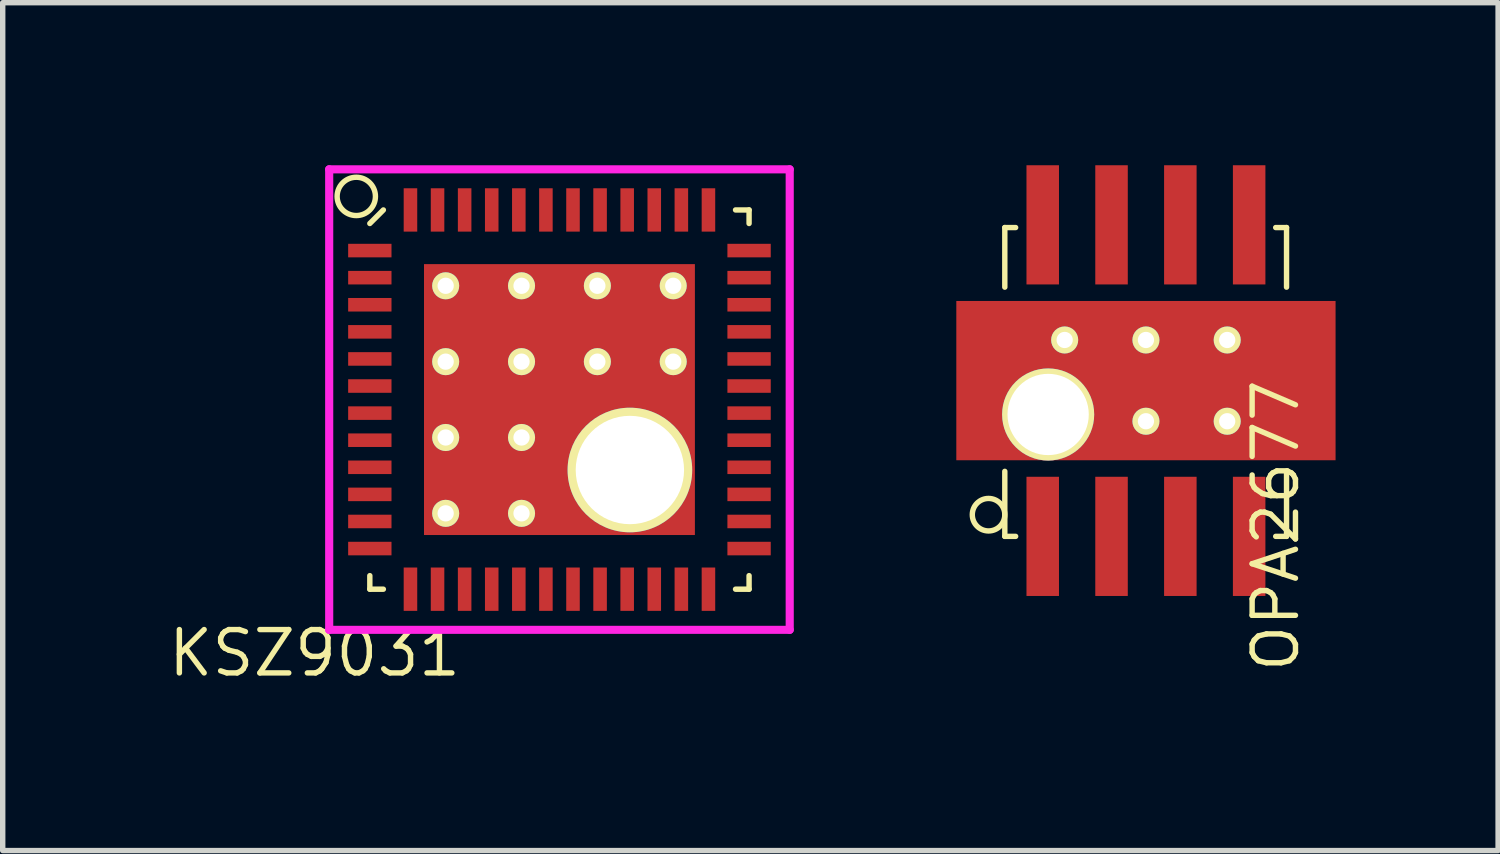
<source format=kicad_pcb>
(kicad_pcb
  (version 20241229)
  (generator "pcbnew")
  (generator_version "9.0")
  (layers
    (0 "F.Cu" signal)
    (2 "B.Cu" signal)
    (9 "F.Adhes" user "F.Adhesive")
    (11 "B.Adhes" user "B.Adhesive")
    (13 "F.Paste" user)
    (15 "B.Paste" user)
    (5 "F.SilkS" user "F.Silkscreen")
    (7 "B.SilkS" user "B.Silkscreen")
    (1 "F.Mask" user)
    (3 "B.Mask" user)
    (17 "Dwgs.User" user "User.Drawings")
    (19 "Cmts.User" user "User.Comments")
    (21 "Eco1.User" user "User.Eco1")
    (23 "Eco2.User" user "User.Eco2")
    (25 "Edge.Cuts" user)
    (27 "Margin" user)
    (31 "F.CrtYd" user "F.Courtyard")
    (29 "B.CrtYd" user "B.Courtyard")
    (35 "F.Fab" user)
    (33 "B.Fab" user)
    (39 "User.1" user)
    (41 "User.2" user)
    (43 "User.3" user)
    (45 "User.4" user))
  (footprint "KSZ9031"
    (layer "F.Cu")
    (at 7.276 4.325)
    (property "Reference" "KSZ9031" (at -4.52 4.68 0) (layer "F.SilkS") (effects (font (size 0.8 0.8) (thickness 0.1))))
    (attr through_hole)
    (fp_line (start -3.5 -3.25) (end -3.25 -3.5) (stroke (width 0.1) (type solid)) (layer "F.SilkS"))
    (fp_line (start -3.5 3.5) (end -3.5 3.25) (stroke (width 0.1) (type solid)) (layer "F.SilkS"))
    (fp_line (start -3.25 3.5) (end -3.5 3.5) (stroke (width 0.1) (type solid)) (layer "F.SilkS"))
    (fp_line (start 3.25 -3.5) (end 3.5 -3.5) (stroke (width 0.1) (type solid)) (layer "F.SilkS"))
    (fp_line (start 3.25 3.5) (end 3.5 3.5) (stroke (width 0.1) (type solid)) (layer "F.SilkS"))
    (fp_line (start 3.5 -3.5) (end 3.5 -3.25) (stroke (width 0.1) (type solid)) (layer "F.SilkS"))
    (fp_line (start 3.5 3.5) (end 3.5 3.25) (stroke (width 0.1) (type solid)) (layer "F.SilkS"))
    (fp_circle (center -3.75 -3.75) (end -4 -4) (stroke (width 0.1) (type solid)) (fill no) (layer "F.SilkS"))
    (fp_poly (pts (xy -1.8 -1.9) (xy -1.8 -0.4) (xy -0.4 -0.4) (xy -0.4 -1.9)) (stroke (width 0.15) (type solid)) (fill yes) (layer "F.Paste"))
    (fp_poly (pts (xy -1.8 2) (xy -1.8 0.4) (xy -0.4 0.4) (xy -0.4 2)) (stroke (width 0.15) (type solid)) (fill yes) (layer "F.Paste"))
    (fp_poly (pts (xy 0.4 0.4) (xy 0.4 2) (xy 1.8 2) (xy 1.8 0.4)) (stroke (width 0.15) (type solid)) (fill yes) (layer "F.Paste"))
    (fp_poly (pts (xy 1.8 -1.9) (xy 1.8 -0.4) (xy 0.4 -0.4) (xy 0.4 -1.9)) (stroke (width 0.15) (type solid)) (fill yes) (layer "F.Paste"))
    (fp_line (start -4.25 -4.25) (end 4.25 -4.25) (stroke (width 0.15) (type solid)) (layer "F.CrtYd"))
    (fp_line (start -4.25 4.25) (end -4.25 -4.25) (stroke (width 0.15) (type solid)) (layer "F.CrtYd"))
    (fp_line (start 4.25 -4.25) (end 4.25 4.25) (stroke (width 0.15) (type solid)) (layer "F.CrtYd"))
    (fp_line (start 4.25 4.25) (end -4.25 4.25) (stroke (width 0.15) (type solid)) (layer "F.CrtYd"))
    (pad "1" smd rect (at -3.5 -2.75 90) (size 0.25 0.8) (layers "F.Cu" "F.Mask" "F.Paste"))
    (pad "2" smd rect (at -3.5 -2.25 90) (size 0.25 0.8) (layers "F.Cu" "F.Mask" "F.Paste"))
    (pad "3" smd rect (at -3.5 -1.75 90) (size 0.25 0.8) (layers "F.Cu" "F.Mask" "F.Paste"))
    (pad "4" smd rect (at -3.5 -1.25 90) (size 0.25 0.8) (layers "F.Cu" "F.Mask" "F.Paste"))
    (pad "5" smd rect (at -3.5 -0.75 90) (size 0.25 0.8) (layers "F.Cu" "F.Mask" "F.Paste"))
    (pad "6" smd rect (at -3.5 -0.25 90) (size 0.25 0.8) (layers "F.Cu" "F.Mask" "F.Paste"))
    (pad "7" smd rect (at -3.5 0.25 90) (size 0.25 0.8) (layers "F.Cu" "F.Mask" "F.Paste"))
    (pad "8" smd rect (at -3.5 0.75 90) (size 0.25 0.8) (layers "F.Cu" "F.Mask" "F.Paste"))
    (pad "9" smd rect (at -3.5 1.25 90) (size 0.25 0.8) (layers "F.Cu" "F.Mask" "F.Paste"))
    (pad "10" smd rect (at -3.5 1.75 90) (size 0.25 0.8) (layers "F.Cu" "F.Mask" "F.Paste"))
    (pad "11" smd rect (at -3.5 2.25 90) (size 0.25 0.8) (layers "F.Cu" "F.Mask" "F.Paste"))
    (pad "12" smd rect (at -3.5 2.75 90) (size 0.25 0.8) (layers "F.Cu" "F.Mask" "F.Paste"))
    (pad "13" smd rect (at -2.75 3.5) (size 0.25 0.8) (layers "F.Cu" "F.Mask" "F.Paste"))
    (pad "14" smd rect (at -2.25 3.5) (size 0.25 0.8) (layers "F.Cu" "F.Mask" "F.Paste"))
    (pad "15" smd rect (at -1.75 3.5) (size 0.25 0.8) (layers "F.Cu" "F.Mask" "F.Paste"))
    (pad "16" smd rect (at -1.25 3.5) (size 0.25 0.8) (layers "F.Cu" "F.Mask" "F.Paste"))
    (pad "17" smd rect (at -0.75 3.5) (size 0.25 0.8) (layers "F.Cu" "F.Mask" "F.Paste"))
    (pad "18" smd rect (at -0.25 3.5) (size 0.25 0.8) (layers "F.Cu" "F.Mask" "F.Paste"))
    (pad "19" smd rect (at 0.25 3.5) (size 0.25 0.8) (layers "F.Cu" "F.Mask" "F.Paste"))
    (pad "20" smd rect (at 0.75 3.5) (size 0.25 0.8) (layers "F.Cu" "F.Mask" "F.Paste"))
    (pad "21" smd rect (at 1.25 3.5) (size 0.25 0.8) (layers "F.Cu" "F.Mask" "F.Paste"))
    (pad "22" smd rect (at 1.75 3.5) (size 0.25 0.8) (layers "F.Cu" "F.Mask" "F.Paste"))
    (pad "23" smd rect (at 2.25 3.5) (size 0.25 0.8) (layers "F.Cu" "F.Mask" "F.Paste"))
    (pad "24" smd rect (at 2.75 3.5) (size 0.25 0.8) (layers "F.Cu" "F.Mask" "F.Paste"))
    (pad "25" smd rect (at 3.5 2.75 90) (size 0.25 0.8) (layers "F.Cu" "F.Mask" "F.Paste"))
    (pad "26" smd rect (at 3.5 2.25 90) (size 0.25 0.8) (layers "F.Cu" "F.Mask" "F.Paste"))
    (pad "27" smd rect (at 3.5 1.75 90) (size 0.25 0.8) (layers "F.Cu" "F.Mask" "F.Paste"))
    (pad "28" smd rect (at 3.5 1.25 90) (size 0.25 0.8) (layers "F.Cu" "F.Mask" "F.Paste"))
    (pad "29" smd rect (at 3.5 0.75 90) (size 0.25 0.8) (layers "F.Cu" "F.Mask" "F.Paste"))
    (pad "30" smd rect (at 3.5 0.25 90) (size 0.25 0.8) (layers "F.Cu" "F.Mask" "F.Paste"))
    (pad "31" smd rect (at 3.5 -0.25 90) (size 0.25 0.8) (layers "F.Cu" "F.Mask" "F.Paste"))
    (pad "32" smd rect (at 3.5 -0.75 90) (size 0.25 0.8) (layers "F.Cu" "F.Mask" "F.Paste"))
    (pad "33" smd rect (at 3.5 -1.25 90) (size 0.25 0.8) (layers "F.Cu" "F.Mask" "F.Paste"))
    (pad "34" smd rect (at 3.5 -1.75 90) (size 0.25 0.8) (layers "F.Cu" "F.Mask" "F.Paste"))
    (pad "35" smd rect (at 3.5 -2.25 90) (size 0.25 0.8) (layers "F.Cu" "F.Mask" "F.Paste"))
    (pad "36" smd rect (at 3.5 -2.75 90) (size 0.25 0.8) (layers "F.Cu" "F.Mask" "F.Paste"))
    (pad "37" smd rect (at 2.75 -3.5) (size 0.25 0.8) (layers "F.Cu" "F.Mask" "F.Paste"))
    (pad "38" smd rect (at 2.25 -3.5) (size 0.25 0.8) (layers "F.Cu" "F.Mask" "F.Paste"))
    (pad "39" smd rect (at 1.75 -3.5) (size 0.25 0.8) (layers "F.Cu" "F.Mask" "F.Paste"))
    (pad "40" smd rect (at 1.25 -3.5) (size 0.25 0.8) (layers "F.Cu" "F.Mask" "F.Paste"))
    (pad "41" smd rect (at 0.75 -3.5) (size 0.25 0.8) (layers "F.Cu" "F.Mask" "F.Paste"))
    (pad "42" smd rect (at 0.25 -3.5) (size 0.25 0.8) (layers "F.Cu" "F.Mask" "F.Paste"))
    (pad "43" smd rect (at -0.25 -3.5) (size 0.25 0.8) (layers "F.Cu" "F.Mask" "F.Paste"))
    (pad "44" smd rect (at -0.75 -3.5) (size 0.25 0.8) (layers "F.Cu" "F.Mask" "F.Paste"))
    (pad "45" smd rect (at -1.25 -3.5) (size 0.25 0.8) (layers "F.Cu" "F.Mask" "F.Paste"))
    (pad "46" smd rect (at -1.75 -3.5) (size 0.25 0.8) (layers "F.Cu" "F.Mask" "F.Paste"))
    (pad "47" smd rect (at -2.25 -3.5) (size 0.25 0.8) (layers "F.Cu" "F.Mask" "F.Paste"))
    (pad "48" smd rect (at -2.75 -3.5) (size 0.25 0.8) (layers "F.Cu" "F.Mask" "F.Paste"))
    (pad "49" thru_hole circle (at -2.1 -2.1) (size 0.5 0.5) (drill 0.3) (layers "*.Cu" "*.Mask" "F.SilkS"))
    (pad "49" thru_hole circle (at -2.1 -0.7) (size 0.5 0.5) (drill 0.3) (layers "*.Cu" "*.Mask" "F.SilkS"))
    (pad "49" thru_hole circle (at -2.1 0.7) (size 0.5 0.5) (drill 0.3) (layers "*.Cu" "*.Mask" "F.SilkS"))
    (pad "49" thru_hole circle (at -2.1 2.1) (size 0.5 0.5) (drill 0.3) (layers "*.Cu" "*.Mask" "F.SilkS"))
    (pad "49" thru_hole circle (at -0.7 -2.1) (size 0.5 0.5) (drill 0.3) (layers "*.Cu" "*.Mask" "F.SilkS"))
    (pad "49" thru_hole circle (at -0.7 -0.7) (size 0.5 0.5) (drill 0.3) (layers "*.Cu" "*.Mask" "F.SilkS"))
    (pad "49" thru_hole circle (at -0.7 0.7) (size 0.5 0.5) (drill 0.3) (layers "*.Cu" "*.Mask" "F.SilkS"))
    (pad "49" thru_hole circle (at -0.7 2.1) (size 0.5 0.5) (drill 0.3) (layers "*.Cu" "*.Mask" "F.SilkS"))
    (pad "49" smd rect (at 0 0) (size 5 5) (layers "F.Cu" "F.Mask"))
    (pad "49" thru_hole circle (at 0.7 -2.1) (size 0.5 0.5) (drill 0.3) (layers "*.Cu" "*.Mask" "F.SilkS"))
    (pad "49" thru_hole circle (at 0.7 -0.7) (size 0.5 0.5) (drill 0.3) (layers "*.Cu" "*.Mask" "F.SilkS"))
    (pad "49" thru_hole circle (at 1.3 1.3) (size 2.3 2.3) (drill 2) (layers "*.Cu" "*.Mask" "F.SilkS"))
    (pad "49" thru_hole circle (at 2.1 -2.1) (size 0.5 0.5) (drill 0.3) (layers "*.Cu" "*.Mask" "F.SilkS"))
    (pad "49" thru_hole circle (at 2.1 -0.7) (size 0.5 0.5) (drill 0.3) (layers "*.Cu" "*.Mask" "F.SilkS")))
  (footprint "OPA2677"
    (layer "F.Cu")
    (at 16.196 6.85)
    (property "Reference" "OPA2677" (at 4.3 -0.2 90) (layer "F.SilkS") (effects (font (size 0.8 0.8) (thickness 0.1))))
    (attr through_hole)
    (fp_line (start -0.7 -5.7) (end -0.7 -4.6) (stroke (width 0.1) (type solid)) (layer "F.SilkS"))
    (fp_line (start -0.7 0) (end -0.7 -1.2) (stroke (width 0.1) (type solid)) (layer "F.SilkS"))
    (fp_line (start -0.5 -5.7) (end -0.7 -5.7) (stroke (width 0.1) (type solid)) (layer "F.SilkS"))
    (fp_line (start -0.5 0) (end -0.7 0) (stroke (width 0.1) (type solid)) (layer "F.SilkS"))
    (fp_line (start 4.3 -5.7) (end 4.5 -5.7) (stroke (width 0.1) (type solid)) (layer "F.SilkS"))
    (fp_line (start 4.3 0) (end 4.5 0) (stroke (width 0.1) (type solid)) (layer "F.SilkS"))
    (fp_line (start 4.5 -5.7) (end 4.5 -4.6) (stroke (width 0.1) (type solid)) (layer "F.SilkS"))
    (fp_line (start 4.5 0) (end 4.5 -1.2) (stroke (width 0.1) (type solid)) (layer "F.SilkS"))
    (fp_circle (center -1 -0.4) (end -1.3 -0.4) (stroke (width 0.1) (type solid)) (fill no) (layer "F.SilkS"))
    (pad "1" smd rect (at 0 0) (size 0.6 2.2) (layers "F.Cu" "F.Mask" "F.Paste"))
    (pad "2" smd rect (at 1.27 0) (size 0.6 2.2) (layers "F.Cu" "F.Mask" "F.Paste"))
    (pad "3" smd rect (at 2.54 0) (size 0.6 2.2) (layers "F.Cu" "F.Mask" "F.Paste"))
    (pad "4" thru_hole circle (at 0.1 -2.25) (size 1.7 1.7) (drill 1.5) (layers "*.Cu" "*.Mask" "F.SilkS"))
    (pad "4" thru_hole circle (at 0.405 -3.625) (size 0.5 0.5) (drill 0.3) (layers "*.Cu" "*.Mask" "F.SilkS"))
    (pad "4" thru_hole circle (at 1.905 -3.625) (size 0.5 0.5) (drill 0.3) (layers "*.Cu" "*.Mask" "F.SilkS"))
    (pad "4" smd rect (at 1.905 -2.875) (size 7 2.94) (layers "F.Cu" "F.Mask" "F.Paste"))
    (pad "4" thru_hole circle (at 1.905 -2.125) (size 0.5 0.5) (drill 0.3) (layers "*.Cu" "*.Mask" "F.SilkS"))
    (pad "4" thru_hole circle (at 3.405 -3.625) (size 0.5 0.5) (drill 0.3) (layers "*.Cu" "*.Mask" "F.SilkS"))
    (pad "4" thru_hole circle (at 3.405 -2.125) (size 0.5 0.5) (drill 0.3) (layers "*.Cu" "*.Mask" "F.SilkS"))
    (pad "4" smd rect (at 3.81 0) (size 0.6 2.2) (layers "F.Cu" "F.Mask" "F.Paste"))
    (pad "5" smd rect (at 3.81 -5.75) (size 0.6 2.2) (layers "F.Cu" "F.Mask" "F.Paste"))
    (pad "6" smd rect (at 2.54 -5.75) (size 0.6 2.2) (layers "F.Cu" "F.Mask" "F.Paste"))
    (pad "7" smd rect (at 1.27 -5.75) (size 0.6 2.2) (layers "F.Cu" "F.Mask" "F.Paste"))
    (pad "8" smd rect (at 0 -5.75) (size 0.6 2.2) (layers "F.Cu" "F.Mask" "F.Paste")))
  (gr_rect
    (start -3 -3)
    (end 24.601 12.649)
    (stroke (width 0.1) (type default))
    (fill no)
    (layer "Edge.Cuts")))
</source>
